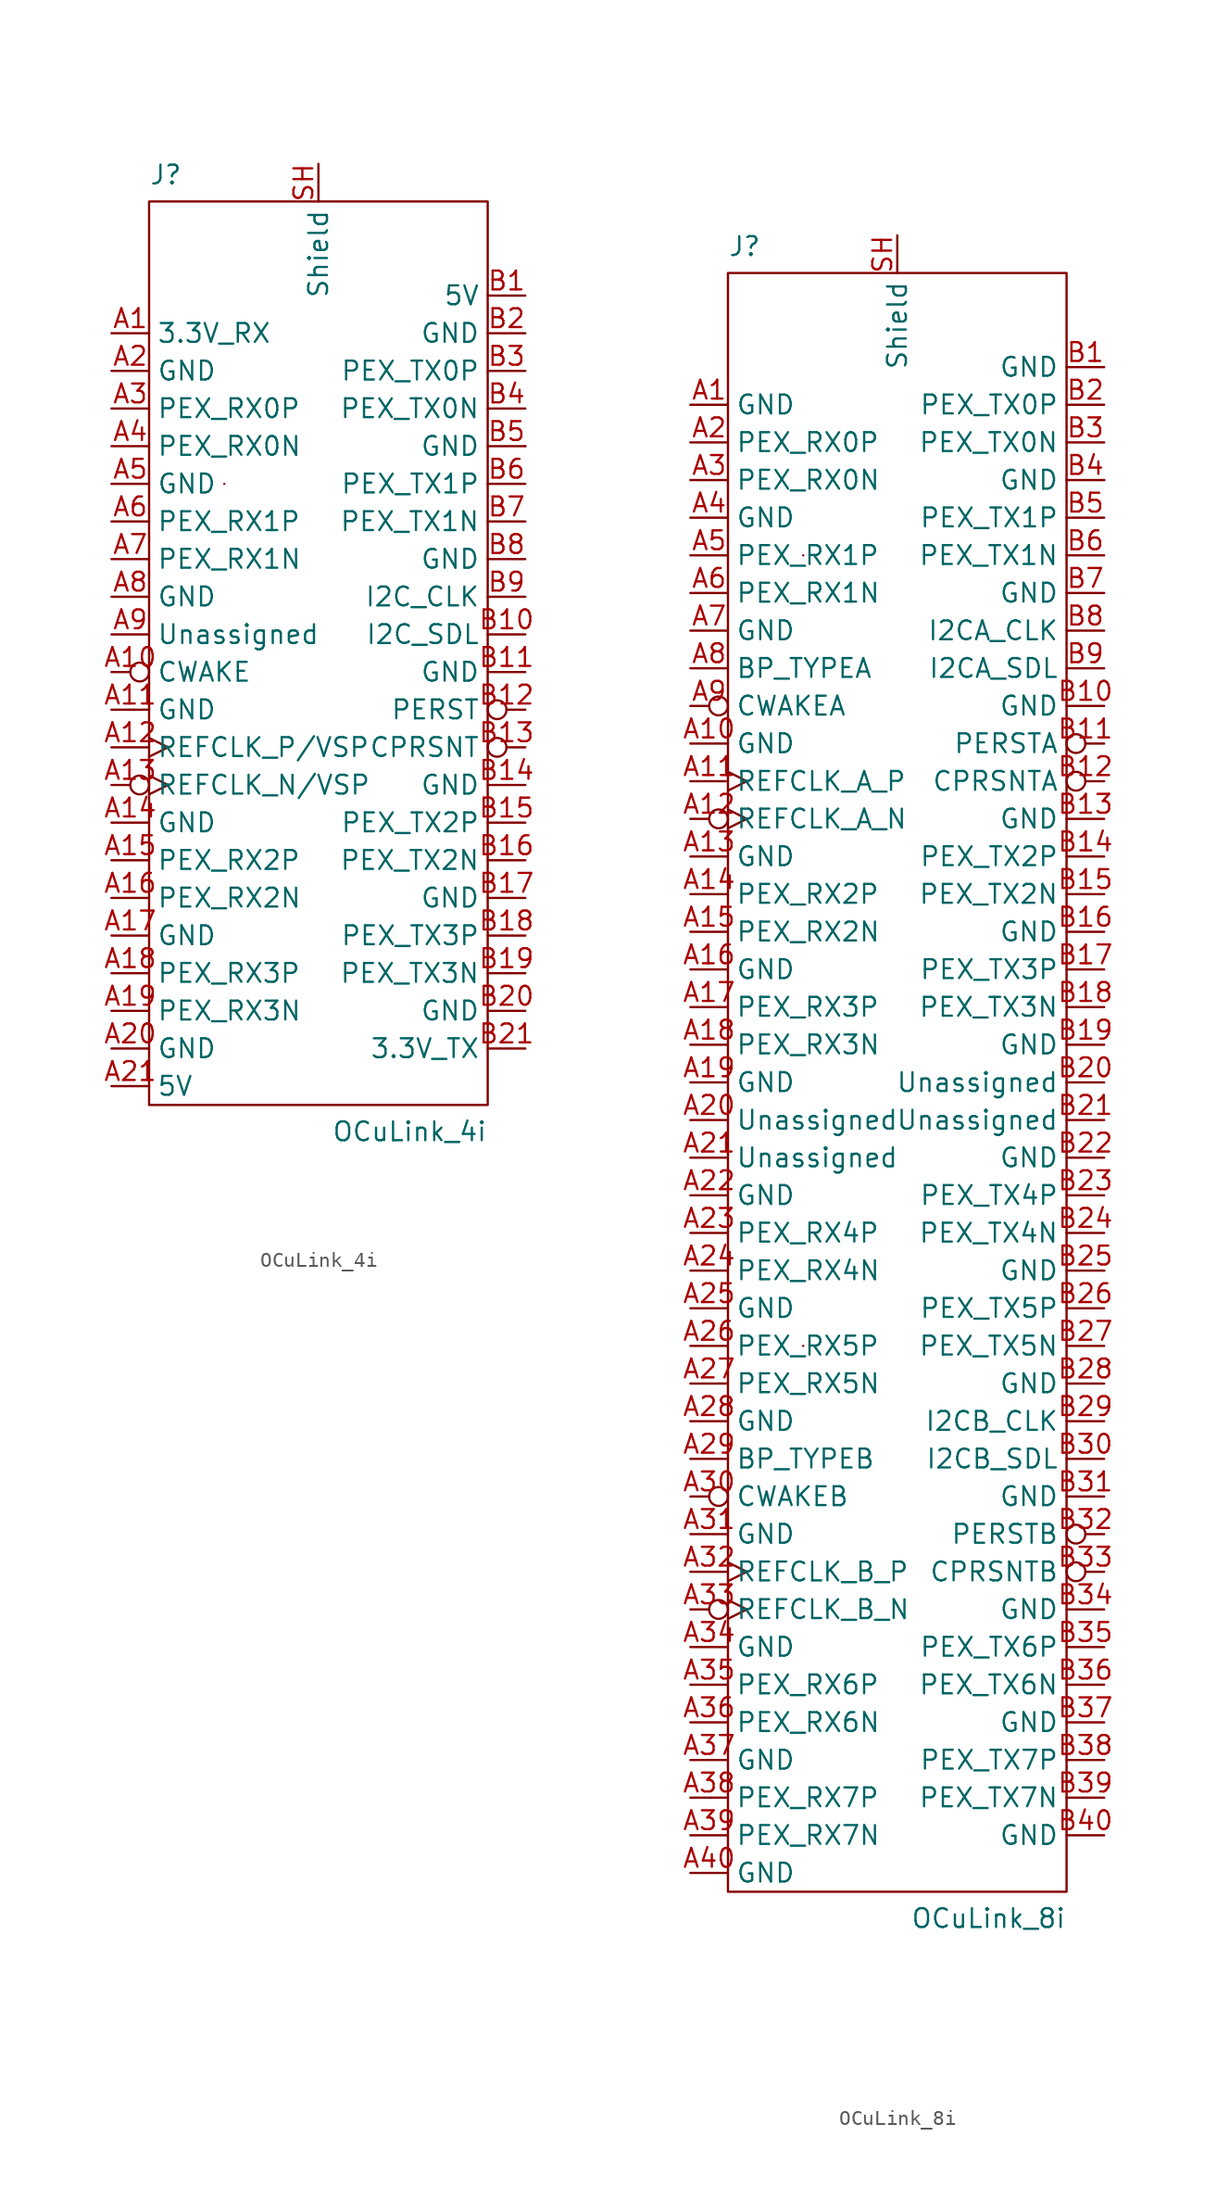
<source format=kicad_sym>
(kicad_symbol_lib
  (version 20220914)
  (generator kicad_symbol_editor)
  (symbol "OCuLink_4i"
    (property "Reference" "J"
      (at -11.43 33.02 0)
      (effects (font (size 1.27 1.27)) (justify left top)))
    (property "Value" "OCuLink_4i"
      (at 11.43 -33.02 0)
      (effects (font (size 1.27 1.27)) (justify right bottom)))
    (symbol "OCuLink_4i_0_1"
      (rectangle (start -11.43 30.48) (end 11.43 -30.48) (stroke (width 0) (type default)) (fill (type none)))
      (rectangle (start -6.35 11.43) (end -6.35 11.43) (stroke (width 0) (type default)) (fill (type none)))
      (rectangle (start 13.97 13.97) (end 13.97 13.97) (stroke (width 0) (type default)) (fill (type none))))
    (symbol "OCuLink_4i_1_0"
      (pin unspecified line (at 0 33.02 270) (length 2.54) (name "Shield" (effects (font (size 1.27 1.27)))) (number "SH" (effects (font (size 1.27 1.27))))))
    (symbol "OCuLink_4i_1_1"
      (pin power_in line (at -13.97 21.59 0) (length 2.54) (name "3.3V_RX" (effects (font (size 1.27 1.27)))) (number "A1" (effects (font (size 1.27 1.27)))))
      (pin unspecified inverted (at -13.97 -1.27 0) (length 2.54) (name "CWAKE" (effects (font (size 1.27 1.27)))) (number "A10" (effects (font (size 1.27 1.27)))))
      (pin unspecified line (at -13.97 -3.81 0) (length 2.54) (name "GND" (effects (font (size 1.27 1.27)))) (number "A11" (effects (font (size 1.27 1.27)))))
      (pin unspecified clock (at -13.97 -6.35 0) (length 2.54) (name "REFCLK_P/VSP" (effects (font (size 1.27 1.27)))) (number "A12" (effects (font (size 1.27 1.27)))))
      (pin unspecified inverted_clock (at -13.97 -8.89 0) (length 2.54) (name "REFCLK_N/VSP" (effects (font (size 1.27 1.27)))) (number "A13" (effects (font (size 1.27 1.27)))))
      (pin unspecified line (at -13.97 -11.43 0) (length 2.54) (name "GND" (effects (font (size 1.27 1.27)))) (number "A14" (effects (font (size 1.27 1.27)))))
      (pin bidirectional line (at -13.97 -13.97 0) (length 2.54) (name "PEX_RX2P" (effects (font (size 1.27 1.27)))) (number "A15" (effects (font (size 1.27 1.27)))))
      (pin bidirectional line (at -13.97 -16.51 0) (length 2.54) (name "PEX_RX2N" (effects (font (size 1.27 1.27)))) (number "A16" (effects (font (size 1.27 1.27)))))
      (pin unspecified line (at -13.97 -19.05 0) (length 2.54) (name "GND" (effects (font (size 1.27 1.27)))) (number "A17" (effects (font (size 1.27 1.27)))))
      (pin bidirectional line (at -13.97 -21.59 0) (length 2.54) (name "PEX_RX3P" (effects (font (size 1.27 1.27)))) (number "A18" (effects (font (size 1.27 1.27)))))
      (pin bidirectional line (at -13.97 -24.13 0) (length 2.54) (name "PEX_RX3N" (effects (font (size 1.27 1.27)))) (number "A19" (effects (font (size 1.27 1.27)))))
      (pin unspecified line (at -13.97 19.05 0) (length 2.54) (name "GND" (effects (font (size 1.27 1.27)))) (number "A2" (effects (font (size 1.27 1.27)))))
      (pin unspecified line (at -13.97 -26.67 0) (length 2.54) (name "GND" (effects (font (size 1.27 1.27)))) (number "A20" (effects (font (size 1.27 1.27)))))
      (pin power_in line (at -13.97 -29.21 0) (length 2.54) (name "5V" (effects (font (size 1.27 1.27)))) (number "A21" (effects (font (size 1.27 1.27)))))
      (pin bidirectional line (at -13.97 16.51 0) (length 2.54) (name "PEX_RX0P" (effects (font (size 1.27 1.27)))) (number "A3" (effects (font (size 1.27 1.27)))))
      (pin bidirectional line (at -13.97 13.97 0) (length 2.54) (name "PEX_RX0N" (effects (font (size 1.27 1.27)))) (number "A4" (effects (font (size 1.27 1.27)))))
      (pin unspecified line (at -13.97 11.43 0) (length 2.54) (name "GND" (effects (font (size 1.27 1.27)))) (number "A5" (effects (font (size 1.27 1.27)))))
      (pin bidirectional line (at -13.97 8.89 0) (length 2.54) (name "PEX_RX1P" (effects (font (size 1.27 1.27)))) (number "A6" (effects (font (size 1.27 1.27)))))
      (pin bidirectional line (at -13.97 6.35 0) (length 2.54) (name "PEX_RX1N" (effects (font (size 1.27 1.27)))) (number "A7" (effects (font (size 1.27 1.27)))))
      (pin unspecified line (at -13.97 3.81 0) (length 2.54) (name "GND" (effects (font (size 1.27 1.27)))) (number "A8" (effects (font (size 1.27 1.27)))))
      (pin unspecified line (at -13.97 1.27 0) (length 2.54) (name "Unassigned" (effects (font (size 1.27 1.27)))) (number "A9" (effects (font (size 1.27 1.27)))))
      (pin power_in line (at 13.97 24.13 180) (length 2.54) (name "5V" (effects (font (size 1.27 1.27)))) (number "B1" (effects (font (size 1.27 1.27)))))
      (pin bidirectional line (at 13.97 1.27 180) (length 2.54) (name "I2C_SDL" (effects (font (size 1.27 1.27)))) (number "B10" (effects (font (size 1.27 1.27)))))
      (pin unspecified line (at 13.97 -1.27 180) (length 2.54) (name "GND" (effects (font (size 1.27 1.27)))) (number "B11" (effects (font (size 1.27 1.27)))))
      (pin bidirectional inverted (at 13.97 -3.81 180) (length 2.54) (name "PERST" (effects (font (size 1.27 1.27)))) (number "B12" (effects (font (size 1.27 1.27)))))
      (pin bidirectional inverted (at 13.97 -6.35 180) (length 2.54) (name "CPRSNT" (effects (font (size 1.27 1.27)))) (number "B13" (effects (font (size 1.27 1.27)))))
      (pin unspecified line (at 13.97 -8.89 180) (length 2.54) (name "GND" (effects (font (size 1.27 1.27)))) (number "B14" (effects (font (size 1.27 1.27)))))
      (pin bidirectional line (at 13.97 -11.43 180) (length 2.54) (name "PEX_TX2P" (effects (font (size 1.27 1.27)))) (number "B15" (effects (font (size 1.27 1.27)))))
      (pin bidirectional line (at 13.97 -13.97 180) (length 2.54) (name "PEX_TX2N" (effects (font (size 1.27 1.27)))) (number "B16" (effects (font (size 1.27 1.27)))))
      (pin unspecified line (at 13.97 -16.51 180) (length 2.54) (name "GND" (effects (font (size 1.27 1.27)))) (number "B17" (effects (font (size 1.27 1.27)))))
      (pin bidirectional line (at 13.97 -19.05 180) (length 2.54) (name "PEX_TX3P" (effects (font (size 1.27 1.27)))) (number "B18" (effects (font (size 1.27 1.27)))))
      (pin bidirectional line (at 13.97 -21.59 180) (length 2.54) (name "PEX_TX3N" (effects (font (size 1.27 1.27)))) (number "B19" (effects (font (size 1.27 1.27)))))
      (pin unspecified line (at 13.97 21.59 180) (length 2.54) (name "GND" (effects (font (size 1.27 1.27)))) (number "B2" (effects (font (size 1.27 1.27)))))
      (pin unspecified line (at 13.97 -24.13 180) (length 2.54) (name "GND" (effects (font (size 1.27 1.27)))) (number "B20" (effects (font (size 1.27 1.27)))))
      (pin power_in line (at 13.97 -26.67 180) (length 2.54) (name "3.3V_TX" (effects (font (size 1.27 1.27)))) (number "B21" (effects (font (size 1.27 1.27)))))
      (pin bidirectional line (at 13.97 19.05 180) (length 2.54) (name "PEX_TX0P" (effects (font (size 1.27 1.27)))) (number "B3" (effects (font (size 1.27 1.27)))))
      (pin bidirectional line (at 13.97 16.51 180) (length 2.54) (name "PEX_TX0N" (effects (font (size 1.27 1.27)))) (number "B4" (effects (font (size 1.27 1.27)))))
      (pin unspecified line (at 13.97 13.97 180) (length 2.54) (name "GND" (effects (font (size 1.27 1.27)))) (number "B5" (effects (font (size 1.27 1.27)))))
      (pin bidirectional line (at 13.97 11.43 180) (length 2.54) (name "PEX_TX1P" (effects (font (size 1.27 1.27)))) (number "B6" (effects (font (size 1.27 1.27)))))
      (pin bidirectional line (at 13.97 8.89 180) (length 2.54) (name "PEX_TX1N" (effects (font (size 1.27 1.27)))) (number "B7" (effects (font (size 1.27 1.27)))))
      (pin unspecified line (at 13.97 6.35 180) (length 2.54) (name "GND" (effects (font (size 1.27 1.27)))) (number "B8" (effects (font (size 1.27 1.27)))))
      (pin bidirectional line (at 13.97 3.81 180) (length 2.54) (name "I2C_CLK" (effects (font (size 1.27 1.27)))) (number "B9" (effects (font (size 1.27 1.27)))))))
  (symbol "OCuLink_8i"
    (property "Reference" "J"
      (at -11.43 57.15 0)
      (effects (font (size 1.27 1.27)) (justify left top)))
    (property "Value" "OCuLink_8i"
      (at 11.43 -57.15 0)
      (effects (font (size 1.27 1.27)) (justify right bottom)))
    (symbol "OCuLink_8i_0_1"
      (rectangle (start -11.43 54.61) (end 11.43 -54.61) (stroke (width 0) (type default)) (fill (type none)))
      (rectangle (start -6.35 -17.78) (end -6.35 -17.78) (stroke (width 0) (type default)) (fill (type none)))
      (rectangle (start -6.35 35.56) (end -6.35 35.56) (stroke (width 0) (type default)) (fill (type none)))
      (rectangle (start 13.97 -12.7) (end 13.97 -12.7) (stroke (width 0) (type default)) (fill (type none)))
      (rectangle (start 13.97 40.64) (end 13.97 40.64) (stroke (width 0) (type default)) (fill (type none))))
    (symbol "OCuLink_8i_1_0"
      (pin unspecified line (at 0 57.15 270) (length 2.54) (name "Shield" (effects (font (size 1.27 1.27)))) (number "SH" (effects (font (size 1.27 1.27))))))
    (symbol "OCuLink_8i_1_1"
      (pin unspecified line (at -13.97 45.72 0) (length 2.54) (name "GND" (effects (font (size 1.27 1.27)))) (number "A1" (effects (font (size 1.27 1.27)))))
      (pin unspecified line (at -13.97 22.86 0) (length 2.54) (name "GND" (effects (font (size 1.27 1.27)))) (number "A10" (effects (font (size 1.27 1.27)))))
      (pin unspecified clock (at -13.97 20.32 0) (length 2.54) (name "REFCLK_A_P" (effects (font (size 1.27 1.27)))) (number "A11" (effects (font (size 1.27 1.27)))))
      (pin unspecified inverted_clock (at -13.97 17.78 0) (length 2.54) (name "REFCLK_A_N" (effects (font (size 1.27 1.27)))) (number "A12" (effects (font (size 1.27 1.27)))))
      (pin unspecified line (at -13.97 15.24 0) (length 2.54) (name "GND" (effects (font (size 1.27 1.27)))) (number "A13" (effects (font (size 1.27 1.27)))))
      (pin bidirectional line (at -13.97 12.7 0) (length 2.54) (name "PEX_RX2P" (effects (font (size 1.27 1.27)))) (number "A14" (effects (font (size 1.27 1.27)))))
      (pin bidirectional line (at -13.97 10.16 0) (length 2.54) (name "PEX_RX2N" (effects (font (size 1.27 1.27)))) (number "A15" (effects (font (size 1.27 1.27)))))
      (pin unspecified line (at -13.97 7.62 0) (length 2.54) (name "GND" (effects (font (size 1.27 1.27)))) (number "A16" (effects (font (size 1.27 1.27)))))
      (pin bidirectional line (at -13.97 5.08 0) (length 2.54) (name "PEX_RX3P" (effects (font (size 1.27 1.27)))) (number "A17" (effects (font (size 1.27 1.27)))))
      (pin bidirectional line (at -13.97 2.54 0) (length 2.54) (name "PEX_RX3N" (effects (font (size 1.27 1.27)))) (number "A18" (effects (font (size 1.27 1.27)))))
      (pin unspecified line (at -13.97 0 0) (length 2.54) (name "GND" (effects (font (size 1.27 1.27)))) (number "A19" (effects (font (size 1.27 1.27)))))
      (pin bidirectional line (at -13.97 43.18 0) (length 2.54) (name "PEX_RX0P" (effects (font (size 1.27 1.27)))) (number "A2" (effects (font (size 1.27 1.27)))))
      (pin unspecified line (at -13.97 -2.54 0) (length 2.54) (name "Unassigned" (effects (font (size 1.27 1.27)))) (number "A20" (effects (font (size 1.27 1.27)))))
      (pin unspecified line (at -13.97 -5.08 0) (length 2.54) (name "Unassigned" (effects (font (size 1.27 1.27)))) (number "A21" (effects (font (size 1.27 1.27)))))
      (pin unspecified line (at -13.97 -7.62 0) (length 2.54) (name "GND" (effects (font (size 1.27 1.27)))) (number "A22" (effects (font (size 1.27 1.27)))))
      (pin bidirectional line (at -13.97 -10.16 0) (length 2.54) (name "PEX_RX4P" (effects (font (size 1.27 1.27)))) (number "A23" (effects (font (size 1.27 1.27)))))
      (pin bidirectional line (at -13.97 -12.7 0) (length 2.54) (name "PEX_RX4N" (effects (font (size 1.27 1.27)))) (number "A24" (effects (font (size 1.27 1.27)))))
      (pin unspecified line (at -13.97 -15.24 0) (length 2.54) (name "GND" (effects (font (size 1.27 1.27)))) (number "A25" (effects (font (size 1.27 1.27)))))
      (pin bidirectional line (at -13.97 -17.78 0) (length 2.54) (name "PEX_RX5P" (effects (font (size 1.27 1.27)))) (number "A26" (effects (font (size 1.27 1.27)))))
      (pin bidirectional line (at -13.97 -20.32 0) (length 2.54) (name "PEX_RX5N" (effects (font (size 1.27 1.27)))) (number "A27" (effects (font (size 1.27 1.27)))))
      (pin unspecified line (at -13.97 -22.86 0) (length 2.54) (name "GND" (effects (font (size 1.27 1.27)))) (number "A28" (effects (font (size 1.27 1.27)))))
      (pin unspecified line (at -13.97 -25.4 0) (length 2.54) (name "BP_TYPEB" (effects (font (size 1.27 1.27)))) (number "A29" (effects (font (size 1.27 1.27)))))
      (pin bidirectional line (at -13.97 40.64 0) (length 2.54) (name "PEX_RX0N" (effects (font (size 1.27 1.27)))) (number "A3" (effects (font (size 1.27 1.27)))))
      (pin unspecified inverted (at -13.97 -27.94 0) (length 2.54) (name "CWAKEB" (effects (font (size 1.27 1.27)))) (number "A30" (effects (font (size 1.27 1.27)))))
      (pin unspecified line (at -13.97 -30.48 0) (length 2.54) (name "GND" (effects (font (size 1.27 1.27)))) (number "A31" (effects (font (size 1.27 1.27)))))
      (pin unspecified clock (at -13.97 -33.02 0) (length 2.54) (name "REFCLK_B_P" (effects (font (size 1.27 1.27)))) (number "A32" (effects (font (size 1.27 1.27)))))
      (pin unspecified inverted_clock (at -13.97 -35.56 0) (length 2.54) (name "REFCLK_B_N" (effects (font (size 1.27 1.27)))) (number "A33" (effects (font (size 1.27 1.27)))))
      (pin unspecified line (at -13.97 -38.1 0) (length 2.54) (name "GND" (effects (font (size 1.27 1.27)))) (number "A34" (effects (font (size 1.27 1.27)))))
      (pin bidirectional line (at -13.97 -40.64 0) (length 2.54) (name "PEX_RX6P" (effects (font (size 1.27 1.27)))) (number "A35" (effects (font (size 1.27 1.27)))))
      (pin bidirectional line (at -13.97 -43.18 0) (length 2.54) (name "PEX_RX6N" (effects (font (size 1.27 1.27)))) (number "A36" (effects (font (size 1.27 1.27)))))
      (pin unspecified line (at -13.97 -45.72 0) (length 2.54) (name "GND" (effects (font (size 1.27 1.27)))) (number "A37" (effects (font (size 1.27 1.27)))))
      (pin bidirectional line (at -13.97 -48.26 0) (length 2.54) (name "PEX_RX7P" (effects (font (size 1.27 1.27)))) (number "A38" (effects (font (size 1.27 1.27)))))
      (pin bidirectional line (at -13.97 -50.8 0) (length 2.54) (name "PEX_RX7N" (effects (font (size 1.27 1.27)))) (number "A39" (effects (font (size 1.27 1.27)))))
      (pin unspecified line (at -13.97 38.1 0) (length 2.54) (name "GND" (effects (font (size 1.27 1.27)))) (number "A4" (effects (font (size 1.27 1.27)))))
      (pin unspecified line (at -13.97 -53.34 0) (length 2.54) (name "GND" (effects (font (size 1.27 1.27)))) (number "A40" (effects (font (size 1.27 1.27)))))
      (pin bidirectional line (at -13.97 35.56 0) (length 2.54) (name "PEX_RX1P" (effects (font (size 1.27 1.27)))) (number "A5" (effects (font (size 1.27 1.27)))))
      (pin bidirectional line (at -13.97 33.02 0) (length 2.54) (name "PEX_RX1N" (effects (font (size 1.27 1.27)))) (number "A6" (effects (font (size 1.27 1.27)))))
      (pin unspecified line (at -13.97 30.48 0) (length 2.54) (name "GND" (effects (font (size 1.27 1.27)))) (number "A7" (effects (font (size 1.27 1.27)))))
      (pin unspecified line (at -13.97 27.94 0) (length 2.54) (name "BP_TYPEA" (effects (font (size 1.27 1.27)))) (number "A8" (effects (font (size 1.27 1.27)))))
      (pin unspecified inverted (at -13.97 25.4 0) (length 2.54) (name "CWAKEA" (effects (font (size 1.27 1.27)))) (number "A9" (effects (font (size 1.27 1.27)))))
      (pin unspecified line (at 13.97 48.26 180) (length 2.54) (name "GND" (effects (font (size 1.27 1.27)))) (number "B1" (effects (font (size 1.27 1.27)))))
      (pin unspecified line (at 13.97 25.4 180) (length 2.54) (name "GND" (effects (font (size 1.27 1.27)))) (number "B10" (effects (font (size 1.27 1.27)))))
      (pin bidirectional inverted (at 13.97 22.86 180) (length 2.54) (name "PERSTA" (effects (font (size 1.27 1.27)))) (number "B11" (effects (font (size 1.27 1.27)))))
      (pin bidirectional inverted (at 13.97 20.32 180) (length 2.54) (name "CPRSNTA" (effects (font (size 1.27 1.27)))) (number "B12" (effects (font (size 1.27 1.27)))))
      (pin unspecified line (at 13.97 17.78 180) (length 2.54) (name "GND" (effects (font (size 1.27 1.27)))) (number "B13" (effects (font (size 1.27 1.27)))))
      (pin bidirectional line (at 13.97 15.24 180) (length 2.54) (name "PEX_TX2P" (effects (font (size 1.27 1.27)))) (number "B14" (effects (font (size 1.27 1.27)))))
      (pin bidirectional line (at 13.97 12.7 180) (length 2.54) (name "PEX_TX2N" (effects (font (size 1.27 1.27)))) (number "B15" (effects (font (size 1.27 1.27)))))
      (pin unspecified line (at 13.97 10.16 180) (length 2.54) (name "GND" (effects (font (size 1.27 1.27)))) (number "B16" (effects (font (size 1.27 1.27)))))
      (pin bidirectional line (at 13.97 7.62 180) (length 2.54) (name "PEX_TX3P" (effects (font (size 1.27 1.27)))) (number "B17" (effects (font (size 1.27 1.27)))))
      (pin bidirectional line (at 13.97 5.08 180) (length 2.54) (name "PEX_TX3N" (effects (font (size 1.27 1.27)))) (number "B18" (effects (font (size 1.27 1.27)))))
      (pin unspecified line (at 13.97 2.54 180) (length 2.54) (name "GND" (effects (font (size 1.27 1.27)))) (number "B19" (effects (font (size 1.27 1.27)))))
      (pin bidirectional line (at 13.97 45.72 180) (length 2.54) (name "PEX_TX0P" (effects (font (size 1.27 1.27)))) (number "B2" (effects (font (size 1.27 1.27)))))
      (pin unspecified line (at 13.97 0 180) (length 2.54) (name "Unassigned" (effects (font (size 1.27 1.27)))) (number "B20" (effects (font (size 1.27 1.27)))))
      (pin unspecified line (at 13.97 -2.54 180) (length 2.54) (name "Unassigned" (effects (font (size 1.27 1.27)))) (number "B21" (effects (font (size 1.27 1.27)))))
      (pin unspecified line (at 13.97 -5.08 180) (length 2.54) (name "GND" (effects (font (size 1.27 1.27)))) (number "B22" (effects (font (size 1.27 1.27)))))
      (pin bidirectional line (at 13.97 -7.62 180) (length 2.54) (name "PEX_TX4P" (effects (font (size 1.27 1.27)))) (number "B23" (effects (font (size 1.27 1.27)))))
      (pin bidirectional line (at 13.97 -10.16 180) (length 2.54) (name "PEX_TX4N" (effects (font (size 1.27 1.27)))) (number "B24" (effects (font (size 1.27 1.27)))))
      (pin unspecified line (at 13.97 -12.7 180) (length 2.54) (name "GND" (effects (font (size 1.27 1.27)))) (number "B25" (effects (font (size 1.27 1.27)))))
      (pin bidirectional line (at 13.97 -15.24 180) (length 2.54) (name "PEX_TX5P" (effects (font (size 1.27 1.27)))) (number "B26" (effects (font (size 1.27 1.27)))))
      (pin bidirectional line (at 13.97 -17.78 180) (length 2.54) (name "PEX_TX5N" (effects (font (size 1.27 1.27)))) (number "B27" (effects (font (size 1.27 1.27)))))
      (pin unspecified line (at 13.97 -20.32 180) (length 2.54) (name "GND" (effects (font (size 1.27 1.27)))) (number "B28" (effects (font (size 1.27 1.27)))))
      (pin bidirectional line (at 13.97 -22.86 180) (length 2.54) (name "I2CB_CLK" (effects (font (size 1.27 1.27)))) (number "B29" (effects (font (size 1.27 1.27)))))
      (pin bidirectional line (at 13.97 43.18 180) (length 2.54) (name "PEX_TX0N" (effects (font (size 1.27 1.27)))) (number "B3" (effects (font (size 1.27 1.27)))))
      (pin bidirectional line (at 13.97 -25.4 180) (length 2.54) (name "I2CB_SDL" (effects (font (size 1.27 1.27)))) (number "B30" (effects (font (size 1.27 1.27)))))
      (pin unspecified line (at 13.97 -27.94 180) (length 2.54) (name "GND" (effects (font (size 1.27 1.27)))) (number "B31" (effects (font (size 1.27 1.27)))))
      (pin bidirectional inverted (at 13.97 -30.48 180) (length 2.54) (name "PERSTB" (effects (font (size 1.27 1.27)))) (number "B32" (effects (font (size 1.27 1.27)))))
      (pin bidirectional inverted (at 13.97 -33.02 180) (length 2.54) (name "CPRSNTB" (effects (font (size 1.27 1.27)))) (number "B33" (effects (font (size 1.27 1.27)))))
      (pin unspecified line (at 13.97 -35.56 180) (length 2.54) (name "GND" (effects (font (size 1.27 1.27)))) (number "B34" (effects (font (size 1.27 1.27)))))
      (pin bidirectional line (at 13.97 -38.1 180) (length 2.54) (name "PEX_TX6P" (effects (font (size 1.27 1.27)))) (number "B35" (effects (font (size 1.27 1.27)))))
      (pin bidirectional line (at 13.97 -40.64 180) (length 2.54) (name "PEX_TX6N" (effects (font (size 1.27 1.27)))) (number "B36" (effects (font (size 1.27 1.27)))))
      (pin unspecified line (at 13.97 -43.18 180) (length 2.54) (name "GND" (effects (font (size 1.27 1.27)))) (number "B37" (effects (font (size 1.27 1.27)))))
      (pin bidirectional line (at 13.97 -45.72 180) (length 2.54) (name "PEX_TX7P" (effects (font (size 1.27 1.27)))) (number "B38" (effects (font (size 1.27 1.27)))))
      (pin bidirectional line (at 13.97 -48.26 180) (length 2.54) (name "PEX_TX7N" (effects (font (size 1.27 1.27)))) (number "B39" (effects (font (size 1.27 1.27)))))
      (pin unspecified line (at 13.97 40.64 180) (length 2.54) (name "GND" (effects (font (size 1.27 1.27)))) (number "B4" (effects (font (size 1.27 1.27)))))
      (pin unspecified line (at 13.97 -50.8 180) (length 2.54) (name "GND" (effects (font (size 1.27 1.27)))) (number "B40" (effects (font (size 1.27 1.27)))))
      (pin bidirectional line (at 13.97 38.1 180) (length 2.54) (name "PEX_TX1P" (effects (font (size 1.27 1.27)))) (number "B5" (effects (font (size 1.27 1.27)))))
      (pin bidirectional line (at 13.97 35.56 180) (length 2.54) (name "PEX_TX1N" (effects (font (size 1.27 1.27)))) (number "B6" (effects (font (size 1.27 1.27)))))
      (pin unspecified line (at 13.97 33.02 180) (length 2.54) (name "GND" (effects (font (size 1.27 1.27)))) (number "B7" (effects (font (size 1.27 1.27)))))
      (pin bidirectional line (at 13.97 30.48 180) (length 2.54) (name "I2CA_CLK" (effects (font (size 1.27 1.27)))) (number "B8" (effects (font (size 1.27 1.27)))))
      (pin bidirectional line (at 13.97 27.94 180) (length 2.54) (name "I2CA_SDL" (effects (font (size 1.27 1.27)))) (number "B9" (effects (font (size 1.27 1.27))))))))
</source>
